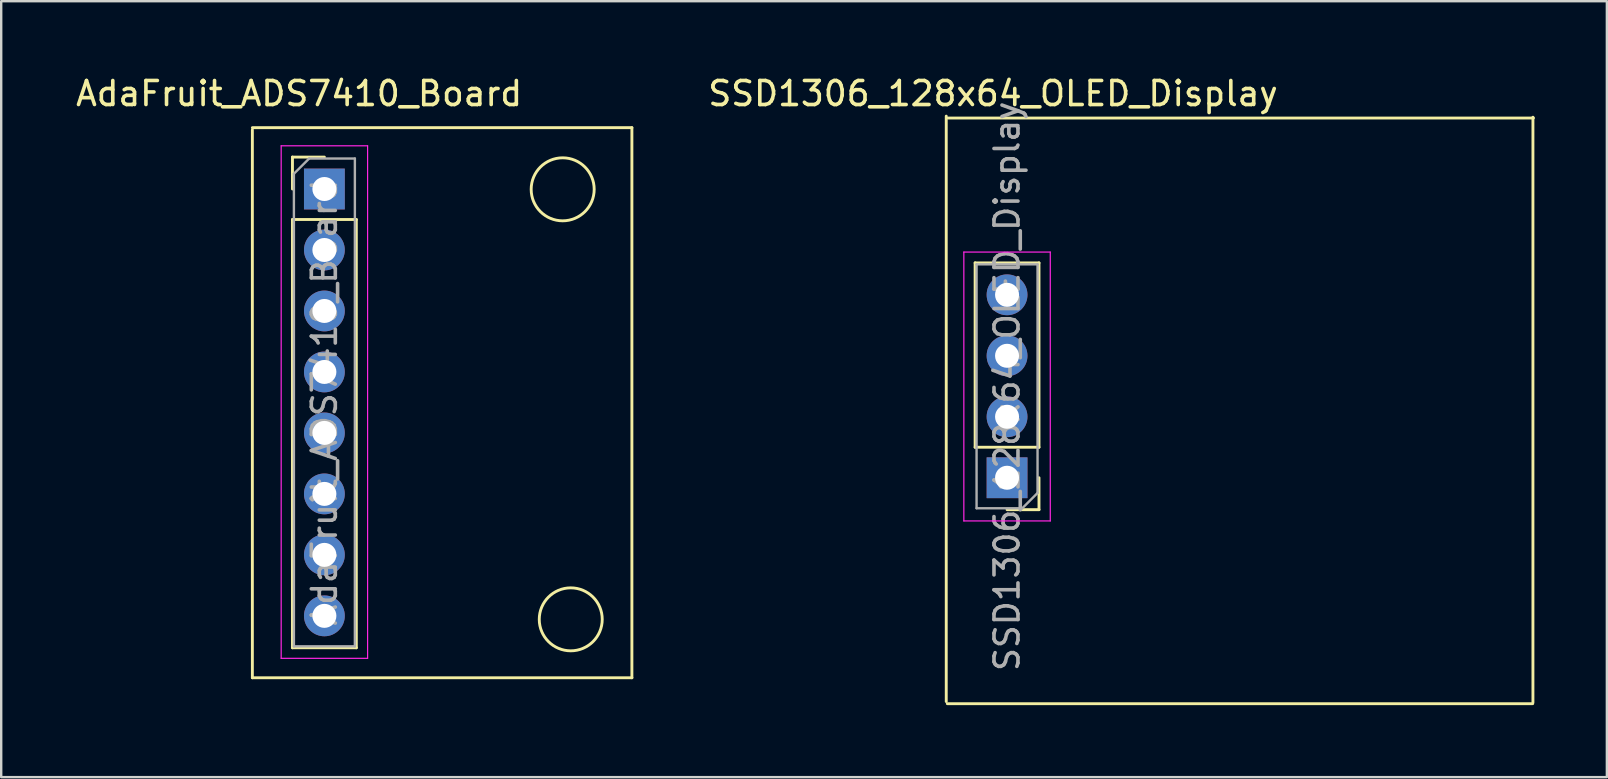
<source format=kicad_pcb>
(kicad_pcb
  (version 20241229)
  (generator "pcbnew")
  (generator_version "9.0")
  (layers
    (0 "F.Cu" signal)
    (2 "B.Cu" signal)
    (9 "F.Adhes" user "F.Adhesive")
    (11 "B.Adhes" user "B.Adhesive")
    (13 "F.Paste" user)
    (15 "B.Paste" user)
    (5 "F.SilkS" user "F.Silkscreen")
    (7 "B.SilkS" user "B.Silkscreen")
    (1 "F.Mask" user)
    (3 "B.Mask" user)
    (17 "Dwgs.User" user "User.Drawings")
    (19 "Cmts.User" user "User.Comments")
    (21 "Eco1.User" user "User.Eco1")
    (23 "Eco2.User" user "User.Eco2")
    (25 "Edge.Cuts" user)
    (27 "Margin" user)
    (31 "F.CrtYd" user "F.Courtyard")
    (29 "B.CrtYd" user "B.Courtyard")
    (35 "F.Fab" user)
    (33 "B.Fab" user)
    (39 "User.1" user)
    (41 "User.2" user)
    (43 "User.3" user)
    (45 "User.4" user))
  (footprint "AdaFruit_ADS7410_Board"
    (layer "F.Cu")
    (at 10.462 4.823)
    (property "Reference" "AdaFruit_ADS7410_Board" (at -1.052 -3.975 0) (layer "F.SilkS") (effects (font (size 1 1) (thickness 0.15))))
    (attr through_hole)
    (fp_line (start -3 -2.555) (end 12.809 -2.555) (stroke (width 0.12) (type solid)) (layer "F.SilkS"))
    (fp_line (start -3 -2.466) (end -3 20.358) (stroke (width 0.12) (type solid)) (layer "F.SilkS"))
    (fp_line (start -3 20.358) (end 12.809 20.358) (stroke (width 0.12) (type solid)) (layer "F.SilkS"))
    (fp_line (start -1.33 -1.33) (end 0 -1.33) (stroke (width 0.12) (type solid)) (layer "F.SilkS"))
    (fp_line (start -1.33 0) (end -1.33 -1.33) (stroke (width 0.12) (type solid)) (layer "F.SilkS"))
    (fp_line (start -1.33 1.27) (end -1.33 19.11) (stroke (width 0.12) (type solid)) (layer "F.SilkS"))
    (fp_line (start -1.33 1.27) (end 1.33 1.27) (stroke (width 0.12) (type solid)) (layer "F.SilkS"))
    (fp_line (start -1.33 19.11) (end 1.33 19.11) (stroke (width 0.12) (type solid)) (layer "F.SilkS"))
    (fp_line (start 1.33 1.27) (end 1.33 19.11) (stroke (width 0.12) (type solid)) (layer "F.SilkS"))
    (fp_line (start 12.809 -2.555) (end 12.809 20.358) (stroke (width 0.12) (type solid)) (layer "F.SilkS"))
    (fp_circle (center 9.926 0.013) (end 10.765 -0.996) (stroke (width 0.12) (type solid)) (fill no) (layer "F.SilkS"))
    (fp_circle (center 10.262 17.925) (end 11.1 16.916) (stroke (width 0.12) (type solid)) (fill no) (layer "F.SilkS"))
    (fp_line (start -1.8 -1.8) (end -1.8 19.55) (stroke (width 0.05) (type solid)) (layer "F.CrtYd"))
    (fp_line (start -1.8 19.55) (end 1.8 19.55) (stroke (width 0.05) (type solid)) (layer "F.CrtYd"))
    (fp_line (start 1.8 -1.8) (end -1.8 -1.8) (stroke (width 0.05) (type solid)) (layer "F.CrtYd"))
    (fp_line (start 1.8 19.55) (end 1.8 -1.8) (stroke (width 0.05) (type solid)) (layer "F.CrtYd"))
    (fp_line (start -1.27 -0.635) (end -0.635 -1.27) (stroke (width 0.1) (type solid)) (layer "F.Fab"))
    (fp_line (start -1.27 19.05) (end -1.27 -0.635) (stroke (width 0.1) (type solid)) (layer "F.Fab"))
    (fp_line (start -0.635 -1.27) (end 1.27 -1.27) (stroke (width 0.1) (type solid)) (layer "F.Fab"))
    (fp_line (start 1.27 -1.27) (end 1.27 19.05) (stroke (width 0.1) (type solid)) (layer "F.Fab"))
    (fp_line (start 1.27 19.05) (end -1.27 19.05) (stroke (width 0.1) (type solid)) (layer "F.Fab"))
    (fp_text user "${REFERENCE}" (at 0 8.89 90) (layer "F.Fab") (effects (font (size 1 1) (thickness 0.15))))
    (pad "1" thru_hole rect (at 0 0) (size 1.7 1.7) (drill 1) (layers "*.Cu" "*.Mask"))
    (pad "2" thru_hole oval (at 0 2.54) (size 1.7 1.7) (drill 1) (layers "*.Cu" "*.Mask"))
    (pad "3" thru_hole oval (at 0 5.08) (size 1.7 1.7) (drill 1) (layers "*.Cu" "*.Mask"))
    (pad "4" thru_hole oval (at 0 7.62) (size 1.7 1.7) (drill 1) (layers "*.Cu" "*.Mask"))
    (pad "5" thru_hole oval (at 0 10.16) (size 1.7 1.7) (drill 1) (layers "*.Cu" "*.Mask"))
    (pad "6" thru_hole oval (at 0 12.7) (size 1.7 1.7) (drill 1) (layers "*.Cu" "*.Mask"))
    (pad "7" thru_hole oval (at 0 15.24) (size 1.7 1.7) (drill 1) (layers "*.Cu" "*.Mask"))
    (pad "8" thru_hole oval (at 0 17.78) (size 1.7 1.7) (drill 1) (layers "*.Cu" "*.Mask")))
  (footprint "SSD1306_128x64_OLED_Display"
    (layer "F.Cu")
    (at 38.908 10.858)
    (property "Reference" "SSD1306_128x64_OLED_Display" (at -0.594 -10.01 0) (layer "F.SilkS") (effects (font (size 1 1) (thickness 0.15))))
    (attr through_hole)
    (fp_line (start -2.543 -9.07) (end -2.543 15.314) (stroke (width 0.12) (type solid)) (layer "F.SilkS"))
    (fp_line (start -2.499 15.403) (end 21.885 15.403) (stroke (width 0.12) (type solid)) (layer "F.SilkS"))
    (fp_line (start -2.469 -8.992) (end 21.915 -8.992) (stroke (width 0.12) (type solid)) (layer "F.SilkS"))
    (fp_line (start -1.34 4.722) (end -1.34 -2.958) (stroke (width 0.12) (type solid)) (layer "F.SilkS"))
    (fp_line (start 1.32 -2.958) (end -1.34 -2.958) (stroke (width 0.12) (type solid)) (layer "F.SilkS"))
    (fp_line (start 1.32 4.722) (end -1.34 4.722) (stroke (width 0.12) (type solid)) (layer "F.SilkS"))
    (fp_line (start 1.32 4.722) (end 1.32 -2.958) (stroke (width 0.12) (type solid)) (layer "F.SilkS"))
    (fp_line (start 1.32 5.992) (end 1.32 7.322) (stroke (width 0.12) (type solid)) (layer "F.SilkS"))
    (fp_line (start 1.32 7.322) (end -0.01 7.322) (stroke (width 0.12) (type solid)) (layer "F.SilkS"))
    (fp_line (start 21.895 -9.025) (end 21.895 15.359) (stroke (width 0.12) (type solid)) (layer "F.SilkS"))
    (fp_line (start -1.81 -3.408) (end -1.81 7.792) (stroke (width 0.05) (type solid)) (layer "F.CrtYd"))
    (fp_line (start -1.81 7.792) (end 1.79 7.792) (stroke (width 0.05) (type solid)) (layer "F.CrtYd"))
    (fp_line (start 1.79 -3.408) (end -1.81 -3.408) (stroke (width 0.05) (type solid)) (layer "F.CrtYd"))
    (fp_line (start 1.79 7.792) (end 1.79 -3.408) (stroke (width 0.05) (type solid)) (layer "F.CrtYd"))
    (fp_line (start -1.28 -2.898) (end 1.26 -2.898) (stroke (width 0.1) (type solid)) (layer "F.Fab"))
    (fp_line (start -1.28 7.262) (end -1.28 -2.898) (stroke (width 0.1) (type solid)) (layer "F.Fab"))
    (fp_line (start 0.625 7.262) (end -1.28 7.262) (stroke (width 0.1) (type solid)) (layer "F.Fab"))
    (fp_line (start 1.26 -2.898) (end 1.26 6.627) (stroke (width 0.1) (type solid)) (layer "F.Fab"))
    (fp_line (start 1.26 6.627) (end 0.625 7.262) (stroke (width 0.1) (type solid)) (layer "F.Fab"))
    (fp_text user "${REFERENCE}" (at -0.01 2.182 270) (layer "F.Fab") (effects (font (size 1 1) (thickness 0.15))))
    (pad "1" thru_hole rect (at -0.01 5.992 180) (size 1.7 1.7) (drill 1) (layers "*.Cu" "*.Mask"))
    (pad "2" thru_hole oval (at -0.01 3.452 180) (size 1.7 1.7) (drill 1) (layers "*.Cu" "*.Mask"))
    (pad "3" thru_hole oval (at -0.01 0.912 180) (size 1.7 1.7) (drill 1) (layers "*.Cu" "*.Mask"))
    (pad "4" thru_hole oval (at -0.01 -1.628 180) (size 1.7 1.7) (drill 1) (layers "*.Cu" "*.Mask")))
  (gr_rect
    (start -3 -3)
    (end 63.883 29.321)
    (stroke (width 0.1) (type default))
    (fill no)
    (layer "Edge.Cuts")))
</source>
